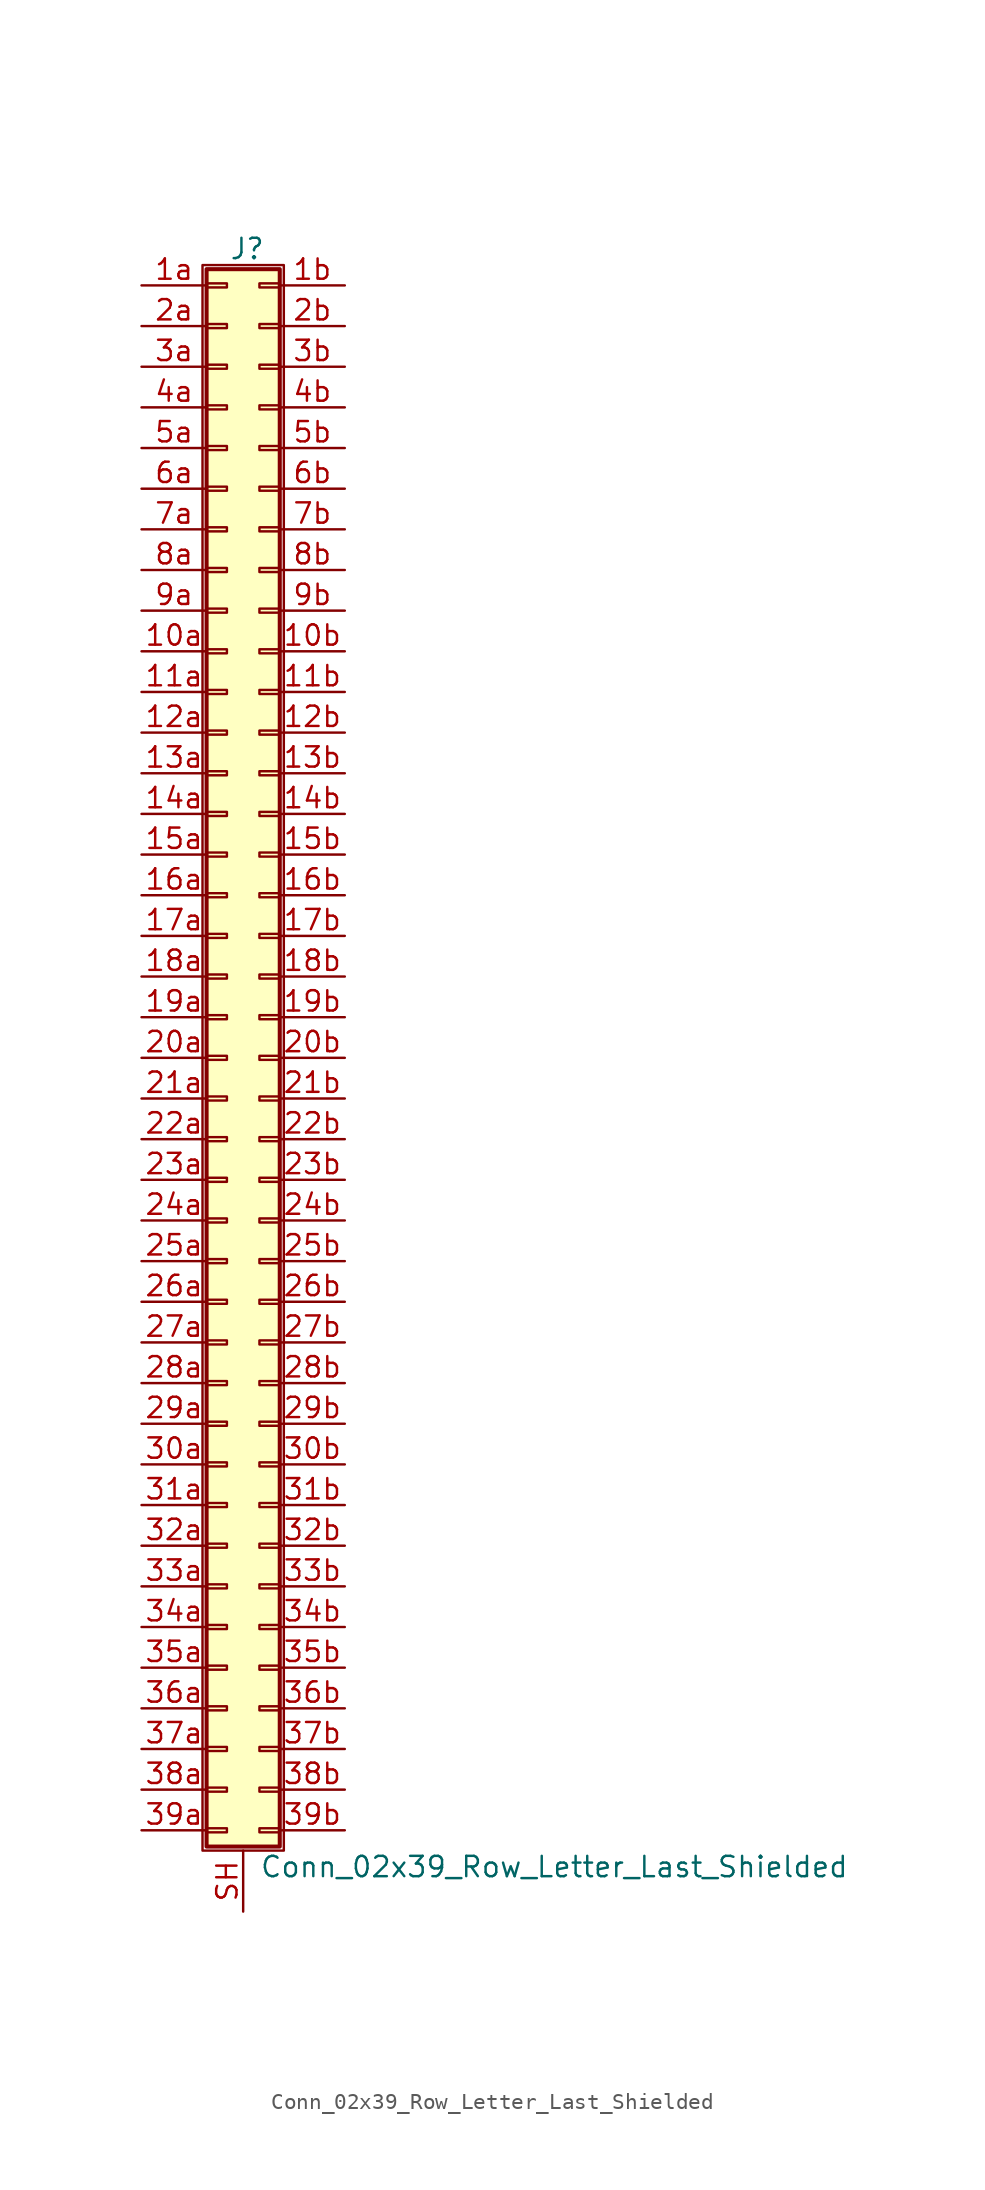
<source format=kicad_sym>
(kicad_symbol_lib
  (version 20201005)
  (generator kicad_symbol_editor)
  (symbol "Connector_Generic_Shielded:Conn_02x39_Row_Letter_Last_Shielded"
    (pin_names
      (offset 1.016) hide)
    (property "Reference" "J"
      (at 1.524 50.546 0)
      (effects (font (size 1.27 1.27))))
    (property "Value" "Conn_02x39_Row_Letter_Last_Shielded"
      (at 2.286 -50.546 0)
      (effects (font (size 1.27 1.27)) (justify left)))
    (symbol "Conn_02x39_Row_Letter_Last_Shielded_1_1"
      (rectangle (start -1.016 -27.813) (end 0.254 -28.067) (stroke (width 0.152)) (fill (type none)))
      (rectangle (start -1.016 -30.353) (end 0.254 -30.607) (stroke (width 0.152)) (fill (type none)))
      (rectangle (start -1.016 -32.893) (end 0.254 -33.147) (stroke (width 0.152)) (fill (type none)))
      (rectangle (start -1.016 -35.433) (end 0.254 -35.687) (stroke (width 0.152)) (fill (type none)))
      (rectangle (start -1.016 -37.973) (end 0.254 -38.227) (stroke (width 0.152)) (fill (type none)))
      (rectangle (start -1.016 -40.513) (end 0.254 -40.767) (stroke (width 0.152)) (fill (type none)))
      (rectangle (start -1.016 -43.053) (end 0.254 -43.307) (stroke (width 0.152)) (fill (type none)))
      (rectangle (start -1.016 -45.593) (end 0.254 -45.847) (stroke (width 0.152)) (fill (type none)))
      (rectangle (start -1.016 -48.133) (end 0.254 -48.387) (stroke (width 0.152)) (fill (type none)))
      (rectangle (start -1.016 -4.953) (end 0.254 -5.207) (stroke (width 0.152)) (fill (type none)))
      (rectangle (start -1.016 -7.493) (end 0.254 -7.747) (stroke (width 0.152)) (fill (type none)))
      (rectangle (start -1.016 -10.033) (end 0.254 -10.287) (stroke (width 0.152)) (fill (type none)))
      (rectangle (start -1.016 -12.573) (end 0.254 -12.827) (stroke (width 0.152)) (fill (type none)))
      (rectangle (start -1.016 -15.113) (end 0.254 -15.367) (stroke (width 0.152)) (fill (type none)))
      (rectangle (start -1.016 -17.653) (end 0.254 -17.907) (stroke (width 0.152)) (fill (type none)))
      (rectangle (start -1.016 -20.193) (end 0.254 -20.447) (stroke (width 0.152)) (fill (type none)))
      (rectangle (start -1.016 -22.733) (end 0.254 -22.987) (stroke (width 0.152)) (fill (type none)))
      (rectangle (start -1.016 -2.413) (end 0.254 -2.667) (stroke (width 0.152)) (fill (type none)))
      (rectangle (start -1.016 -25.273) (end 0.254 -25.527) (stroke (width 0.152)) (fill (type none)))
      (rectangle (start -1.016 25.527) (end 0.254 25.273) (stroke (width 0.152)) (fill (type none)))
      (rectangle (start -1.016 2.667) (end 0.254 2.413) (stroke (width 0.152)) (fill (type none)))
      (rectangle (start -1.016 28.067) (end 0.254 27.813) (stroke (width 0.152)) (fill (type none)))
      (rectangle (start -1.016 30.607) (end 0.254 30.353) (stroke (width 0.152)) (fill (type none)))
      (rectangle (start -1.016 33.147) (end 0.254 32.893) (stroke (width 0.152)) (fill (type none)))
      (rectangle (start -1.016 35.687) (end 0.254 35.433) (stroke (width 0.152)) (fill (type none)))
      (rectangle (start -1.016 38.227) (end 0.254 37.973) (stroke (width 0.152)) (fill (type none)))
      (rectangle (start -1.016 40.767) (end 0.254 40.513) (stroke (width 0.152)) (fill (type none)))
      (rectangle (start -1.016 43.307) (end 0.254 43.053) (stroke (width 0.152)) (fill (type none)))
      (rectangle (start -1.016 45.847) (end 0.254 45.593) (stroke (width 0.152)) (fill (type none)))
      (rectangle (start -1.016 48.387) (end 0.254 48.133) (stroke (width 0.152)) (fill (type none)))
      (rectangle (start -1.016 49.276) (end 3.556 -49.276) (stroke (width 0.254)) (fill (type background)))
      (rectangle (start -1.016 5.207) (end 0.254 4.953) (stroke (width 0.152)) (fill (type none)))
      (rectangle (start -1.016 7.747) (end 0.254 7.493) (stroke (width 0.152)) (fill (type none)))
      (rectangle (start -1.016 10.287) (end 0.254 10.033) (stroke (width 0.152)) (fill (type none)))
      (rectangle (start -1.016 0.127) (end 0.254 -0.127) (stroke (width 0.152)) (fill (type none)))
      (rectangle (start -1.016 12.827) (end 0.254 12.573) (stroke (width 0.152)) (fill (type none)))
      (rectangle (start -1.016 15.367) (end 0.254 15.113) (stroke (width 0.152)) (fill (type none)))
      (rectangle (start -1.016 17.907) (end 0.254 17.653) (stroke (width 0.152)) (fill (type none)))
      (rectangle (start -1.016 20.447) (end 0.254 20.193) (stroke (width 0.152)) (fill (type none)))
      (rectangle (start -1.016 22.987) (end 0.254 22.733) (stroke (width 0.152)) (fill (type none)))
      (rectangle (start -1.27 49.53) (end 3.81 -49.53) (stroke (width 0.152)) (fill (type none)))
      (rectangle (start 3.556 -27.813) (end 2.286 -28.067) (stroke (width 0.152)) (fill (type none)))
      (rectangle (start 3.556 -30.353) (end 2.286 -30.607) (stroke (width 0.152)) (fill (type none)))
      (rectangle (start 3.556 -32.893) (end 2.286 -33.147) (stroke (width 0.152)) (fill (type none)))
      (rectangle (start 3.556 -35.433) (end 2.286 -35.687) (stroke (width 0.152)) (fill (type none)))
      (rectangle (start 3.556 -37.973) (end 2.286 -38.227) (stroke (width 0.152)) (fill (type none)))
      (rectangle (start 3.556 -40.513) (end 2.286 -40.767) (stroke (width 0.152)) (fill (type none)))
      (rectangle (start 3.556 -43.053) (end 2.286 -43.307) (stroke (width 0.152)) (fill (type none)))
      (rectangle (start 3.556 -45.593) (end 2.286 -45.847) (stroke (width 0.152)) (fill (type none)))
      (rectangle (start 3.556 -48.133) (end 2.286 -48.387) (stroke (width 0.152)) (fill (type none)))
      (rectangle (start 3.556 -4.953) (end 2.286 -5.207) (stroke (width 0.152)) (fill (type none)))
      (rectangle (start 3.556 -7.493) (end 2.286 -7.747) (stroke (width 0.152)) (fill (type none)))
      (rectangle (start 3.556 -10.033) (end 2.286 -10.287) (stroke (width 0.152)) (fill (type none)))
      (rectangle (start 3.556 -12.573) (end 2.286 -12.827) (stroke (width 0.152)) (fill (type none)))
      (rectangle (start 3.556 -15.113) (end 2.286 -15.367) (stroke (width 0.152)) (fill (type none)))
      (rectangle (start 3.556 -17.653) (end 2.286 -17.907) (stroke (width 0.152)) (fill (type none)))
      (rectangle (start 3.556 -20.193) (end 2.286 -20.447) (stroke (width 0.152)) (fill (type none)))
      (rectangle (start 3.556 -22.733) (end 2.286 -22.987) (stroke (width 0.152)) (fill (type none)))
      (rectangle (start 3.556 -2.413) (end 2.286 -2.667) (stroke (width 0.152)) (fill (type none)))
      (rectangle (start 3.556 -25.273) (end 2.286 -25.527) (stroke (width 0.152)) (fill (type none)))
      (rectangle (start 3.556 25.527) (end 2.286 25.273) (stroke (width 0.152)) (fill (type none)))
      (rectangle (start 3.556 2.667) (end 2.286 2.413) (stroke (width 0.152)) (fill (type none)))
      (rectangle (start 3.556 28.067) (end 2.286 27.813) (stroke (width 0.152)) (fill (type none)))
      (rectangle (start 3.556 30.607) (end 2.286 30.353) (stroke (width 0.152)) (fill (type none)))
      (rectangle (start 3.556 33.147) (end 2.286 32.893) (stroke (width 0.152)) (fill (type none)))
      (rectangle (start 3.556 35.687) (end 2.286 35.433) (stroke (width 0.152)) (fill (type none)))
      (rectangle (start 3.556 38.227) (end 2.286 37.973) (stroke (width 0.152)) (fill (type none)))
      (rectangle (start 3.556 40.767) (end 2.286 40.513) (stroke (width 0.152)) (fill (type none)))
      (rectangle (start 3.556 43.307) (end 2.286 43.053) (stroke (width 0.152)) (fill (type none)))
      (rectangle (start 3.556 45.847) (end 2.286 45.593) (stroke (width 0.152)) (fill (type none)))
      (rectangle (start 3.556 48.387) (end 2.286 48.133) (stroke (width 0.152)) (fill (type none)))
      (rectangle (start 3.556 5.207) (end 2.286 4.953) (stroke (width 0.152)) (fill (type none)))
      (rectangle (start 3.556 7.747) (end 2.286 7.493) (stroke (width 0.152)) (fill (type none)))
      (rectangle (start 3.556 10.287) (end 2.286 10.033) (stroke (width 0.152)) (fill (type none)))
      (rectangle (start 3.556 0.127) (end 2.286 -0.127) (stroke (width 0.152)) (fill (type none)))
      (rectangle (start 3.556 12.827) (end 2.286 12.573) (stroke (width 0.152)) (fill (type none)))
      (rectangle (start 3.556 15.367) (end 2.286 15.113) (stroke (width 0.152)) (fill (type none)))
      (rectangle (start 3.556 17.907) (end 2.286 17.653) (stroke (width 0.152)) (fill (type none)))
      (rectangle (start 3.556 20.447) (end 2.286 20.193) (stroke (width 0.152)) (fill (type none)))
      (rectangle (start 3.556 22.987) (end 2.286 22.733) (stroke (width 0.152)) (fill (type none)))
      (pin passive line (at -5.08 25.4 0) (length 4.064) (name "Pin_10a" (effects (font (size 1.27 1.27)))) (number "10a" (effects (font (size 1.27 1.27)))))
      (pin passive line (at 7.62 25.4 180) (length 4.064) (name "Pin_10b" (effects (font (size 1.27 1.27)))) (number "10b" (effects (font (size 1.27 1.27)))))
      (pin passive line (at -5.08 22.86 0) (length 4.064) (name "Pin_11a" (effects (font (size 1.27 1.27)))) (number "11a" (effects (font (size 1.27 1.27)))))
      (pin passive line (at 7.62 22.86 180) (length 4.064) (name "Pin_11b" (effects (font (size 1.27 1.27)))) (number "11b" (effects (font (size 1.27 1.27)))))
      (pin passive line (at -5.08 20.32 0) (length 4.064) (name "Pin_12a" (effects (font (size 1.27 1.27)))) (number "12a" (effects (font (size 1.27 1.27)))))
      (pin passive line (at 7.62 20.32 180) (length 4.064) (name "Pin_12b" (effects (font (size 1.27 1.27)))) (number "12b" (effects (font (size 1.27 1.27)))))
      (pin passive line (at -5.08 17.78 0) (length 4.064) (name "Pin_13a" (effects (font (size 1.27 1.27)))) (number "13a" (effects (font (size 1.27 1.27)))))
      (pin passive line (at 7.62 17.78 180) (length 4.064) (name "Pin_13b" (effects (font (size 1.27 1.27)))) (number "13b" (effects (font (size 1.27 1.27)))))
      (pin passive line (at -5.08 15.24 0) (length 4.064) (name "Pin_14a" (effects (font (size 1.27 1.27)))) (number "14a" (effects (font (size 1.27 1.27)))))
      (pin passive line (at 7.62 15.24 180) (length 4.064) (name "Pin_14b" (effects (font (size 1.27 1.27)))) (number "14b" (effects (font (size 1.27 1.27)))))
      (pin passive line (at -5.08 12.7 0) (length 4.064) (name "Pin_15a" (effects (font (size 1.27 1.27)))) (number "15a" (effects (font (size 1.27 1.27)))))
      (pin passive line (at 7.62 12.7 180) (length 4.064) (name "Pin_15b" (effects (font (size 1.27 1.27)))) (number "15b" (effects (font (size 1.27 1.27)))))
      (pin passive line (at -5.08 10.16 0) (length 4.064) (name "Pin_16a" (effects (font (size 1.27 1.27)))) (number "16a" (effects (font (size 1.27 1.27)))))
      (pin passive line (at 7.62 10.16 180) (length 4.064) (name "Pin_16b" (effects (font (size 1.27 1.27)))) (number "16b" (effects (font (size 1.27 1.27)))))
      (pin passive line (at -5.08 7.62 0) (length 4.064) (name "Pin_17a" (effects (font (size 1.27 1.27)))) (number "17a" (effects (font (size 1.27 1.27)))))
      (pin passive line (at 7.62 7.62 180) (length 4.064) (name "Pin_17b" (effects (font (size 1.27 1.27)))) (number "17b" (effects (font (size 1.27 1.27)))))
      (pin passive line (at -5.08 5.08 0) (length 4.064) (name "Pin_18a" (effects (font (size 1.27 1.27)))) (number "18a" (effects (font (size 1.27 1.27)))))
      (pin passive line (at 7.62 5.08 180) (length 4.064) (name "Pin_18b" (effects (font (size 1.27 1.27)))) (number "18b" (effects (font (size 1.27 1.27)))))
      (pin passive line (at -5.08 2.54 0) (length 4.064) (name "Pin_19a" (effects (font (size 1.27 1.27)))) (number "19a" (effects (font (size 1.27 1.27)))))
      (pin passive line (at 7.62 2.54 180) (length 4.064) (name "Pin_19b" (effects (font (size 1.27 1.27)))) (number "19b" (effects (font (size 1.27 1.27)))))
      (pin passive line (at -5.08 48.26 0) (length 4.064) (name "Pin_1a" (effects (font (size 1.27 1.27)))) (number "1a" (effects (font (size 1.27 1.27)))))
      (pin passive line (at 7.62 48.26 180) (length 4.064) (name "Pin_1b" (effects (font (size 1.27 1.27)))) (number "1b" (effects (font (size 1.27 1.27)))))
      (pin passive line (at -5.08 0 0) (length 4.064) (name "Pin_20a" (effects (font (size 1.27 1.27)))) (number "20a" (effects (font (size 1.27 1.27)))))
      (pin passive line (at 7.62 0 180) (length 4.064) (name "Pin_20b" (effects (font (size 1.27 1.27)))) (number "20b" (effects (font (size 1.27 1.27)))))
      (pin passive line (at -5.08 -2.54 0) (length 4.064) (name "Pin_21a" (effects (font (size 1.27 1.27)))) (number "21a" (effects (font (size 1.27 1.27)))))
      (pin passive line (at 7.62 -2.54 180) (length 4.064) (name "Pin_21b" (effects (font (size 1.27 1.27)))) (number "21b" (effects (font (size 1.27 1.27)))))
      (pin passive line (at -5.08 -5.08 0) (length 4.064) (name "Pin_22a" (effects (font (size 1.27 1.27)))) (number "22a" (effects (font (size 1.27 1.27)))))
      (pin passive line (at 7.62 -5.08 180) (length 4.064) (name "Pin_22b" (effects (font (size 1.27 1.27)))) (number "22b" (effects (font (size 1.27 1.27)))))
      (pin passive line (at -5.08 -7.62 0) (length 4.064) (name "Pin_23a" (effects (font (size 1.27 1.27)))) (number "23a" (effects (font (size 1.27 1.27)))))
      (pin passive line (at 7.62 -7.62 180) (length 4.064) (name "Pin_23b" (effects (font (size 1.27 1.27)))) (number "23b" (effects (font (size 1.27 1.27)))))
      (pin passive line (at -5.08 -10.16 0) (length 4.064) (name "Pin_24a" (effects (font (size 1.27 1.27)))) (number "24a" (effects (font (size 1.27 1.27)))))
      (pin passive line (at 7.62 -10.16 180) (length 4.064) (name "Pin_24b" (effects (font (size 1.27 1.27)))) (number "24b" (effects (font (size 1.27 1.27)))))
      (pin passive line (at -5.08 -12.7 0) (length 4.064) (name "Pin_25a" (effects (font (size 1.27 1.27)))) (number "25a" (effects (font (size 1.27 1.27)))))
      (pin passive line (at 7.62 -12.7 180) (length 4.064) (name "Pin_25b" (effects (font (size 1.27 1.27)))) (number "25b" (effects (font (size 1.27 1.27)))))
      (pin passive line (at -5.08 -15.24 0) (length 4.064) (name "Pin_26a" (effects (font (size 1.27 1.27)))) (number "26a" (effects (font (size 1.27 1.27)))))
      (pin passive line (at 7.62 -15.24 180) (length 4.064) (name "Pin_26b" (effects (font (size 1.27 1.27)))) (number "26b" (effects (font (size 1.27 1.27)))))
      (pin passive line (at -5.08 -17.78 0) (length 4.064) (name "Pin_27a" (effects (font (size 1.27 1.27)))) (number "27a" (effects (font (size 1.27 1.27)))))
      (pin passive line (at 7.62 -17.78 180) (length 4.064) (name "Pin_27b" (effects (font (size 1.27 1.27)))) (number "27b" (effects (font (size 1.27 1.27)))))
      (pin passive line (at -5.08 -20.32 0) (length 4.064) (name "Pin_28a" (effects (font (size 1.27 1.27)))) (number "28a" (effects (font (size 1.27 1.27)))))
      (pin passive line (at 7.62 -20.32 180) (length 4.064) (name "Pin_28b" (effects (font (size 1.27 1.27)))) (number "28b" (effects (font (size 1.27 1.27)))))
      (pin passive line (at -5.08 -22.86 0) (length 4.064) (name "Pin_29a" (effects (font (size 1.27 1.27)))) (number "29a" (effects (font (size 1.27 1.27)))))
      (pin passive line (at 7.62 -22.86 180) (length 4.064) (name "Pin_29b" (effects (font (size 1.27 1.27)))) (number "29b" (effects (font (size 1.27 1.27)))))
      (pin passive line (at -5.08 45.72 0) (length 4.064) (name "Pin_2a" (effects (font (size 1.27 1.27)))) (number "2a" (effects (font (size 1.27 1.27)))))
      (pin passive line (at 7.62 45.72 180) (length 4.064) (name "Pin_2b" (effects (font (size 1.27 1.27)))) (number "2b" (effects (font (size 1.27 1.27)))))
      (pin passive line (at -5.08 -25.4 0) (length 4.064) (name "Pin_30a" (effects (font (size 1.27 1.27)))) (number "30a" (effects (font (size 1.27 1.27)))))
      (pin passive line (at 7.62 -25.4 180) (length 4.064) (name "Pin_30b" (effects (font (size 1.27 1.27)))) (number "30b" (effects (font (size 1.27 1.27)))))
      (pin passive line (at -5.08 -27.94 0) (length 4.064) (name "Pin_31a" (effects (font (size 1.27 1.27)))) (number "31a" (effects (font (size 1.27 1.27)))))
      (pin passive line (at 7.62 -27.94 180) (length 4.064) (name "Pin_31b" (effects (font (size 1.27 1.27)))) (number "31b" (effects (font (size 1.27 1.27)))))
      (pin passive line (at -5.08 -30.48 0) (length 4.064) (name "Pin_32a" (effects (font (size 1.27 1.27)))) (number "32a" (effects (font (size 1.27 1.27)))))
      (pin passive line (at 7.62 -30.48 180) (length 4.064) (name "Pin_32b" (effects (font (size 1.27 1.27)))) (number "32b" (effects (font (size 1.27 1.27)))))
      (pin passive line (at -5.08 -33.02 0) (length 4.064) (name "Pin_33a" (effects (font (size 1.27 1.27)))) (number "33a" (effects (font (size 1.27 1.27)))))
      (pin passive line (at 7.62 -33.02 180) (length 4.064) (name "Pin_33b" (effects (font (size 1.27 1.27)))) (number "33b" (effects (font (size 1.27 1.27)))))
      (pin passive line (at -5.08 -35.56 0) (length 4.064) (name "Pin_34a" (effects (font (size 1.27 1.27)))) (number "34a" (effects (font (size 1.27 1.27)))))
      (pin passive line (at 7.62 -35.56 180) (length 4.064) (name "Pin_34b" (effects (font (size 1.27 1.27)))) (number "34b" (effects (font (size 1.27 1.27)))))
      (pin passive line (at -5.08 -38.1 0) (length 4.064) (name "Pin_35a" (effects (font (size 1.27 1.27)))) (number "35a" (effects (font (size 1.27 1.27)))))
      (pin passive line (at 7.62 -38.1 180) (length 4.064) (name "Pin_35b" (effects (font (size 1.27 1.27)))) (number "35b" (effects (font (size 1.27 1.27)))))
      (pin passive line (at -5.08 -40.64 0) (length 4.064) (name "Pin_36a" (effects (font (size 1.27 1.27)))) (number "36a" (effects (font (size 1.27 1.27)))))
      (pin passive line (at 7.62 -40.64 180) (length 4.064) (name "Pin_36b" (effects (font (size 1.27 1.27)))) (number "36b" (effects (font (size 1.27 1.27)))))
      (pin passive line (at -5.08 -43.18 0) (length 4.064) (name "Pin_37a" (effects (font (size 1.27 1.27)))) (number "37a" (effects (font (size 1.27 1.27)))))
      (pin passive line (at 7.62 -43.18 180) (length 4.064) (name "Pin_37b" (effects (font (size 1.27 1.27)))) (number "37b" (effects (font (size 1.27 1.27)))))
      (pin passive line (at -5.08 -45.72 0) (length 4.064) (name "Pin_38a" (effects (font (size 1.27 1.27)))) (number "38a" (effects (font (size 1.27 1.27)))))
      (pin passive line (at 7.62 -45.72 180) (length 4.064) (name "Pin_38b" (effects (font (size 1.27 1.27)))) (number "38b" (effects (font (size 1.27 1.27)))))
      (pin passive line (at -5.08 -48.26 0) (length 4.064) (name "Pin_39a" (effects (font (size 1.27 1.27)))) (number "39a" (effects (font (size 1.27 1.27)))))
      (pin passive line (at 7.62 -48.26 180) (length 4.064) (name "Pin_39b" (effects (font (size 1.27 1.27)))) (number "39b" (effects (font (size 1.27 1.27)))))
      (pin passive line (at -5.08 43.18 0) (length 4.064) (name "Pin_3a" (effects (font (size 1.27 1.27)))) (number "3a" (effects (font (size 1.27 1.27)))))
      (pin passive line (at 7.62 43.18 180) (length 4.064) (name "Pin_3b" (effects (font (size 1.27 1.27)))) (number "3b" (effects (font (size 1.27 1.27)))))
      (pin passive line (at -5.08 40.64 0) (length 4.064) (name "Pin_4a" (effects (font (size 1.27 1.27)))) (number "4a" (effects (font (size 1.27 1.27)))))
      (pin passive line (at 7.62 40.64 180) (length 4.064) (name "Pin_4b" (effects (font (size 1.27 1.27)))) (number "4b" (effects (font (size 1.27 1.27)))))
      (pin passive line (at -5.08 38.1 0) (length 4.064) (name "Pin_5a" (effects (font (size 1.27 1.27)))) (number "5a" (effects (font (size 1.27 1.27)))))
      (pin passive line (at 7.62 38.1 180) (length 4.064) (name "Pin_5b" (effects (font (size 1.27 1.27)))) (number "5b" (effects (font (size 1.27 1.27)))))
      (pin passive line (at -5.08 35.56 0) (length 4.064) (name "Pin_6a" (effects (font (size 1.27 1.27)))) (number "6a" (effects (font (size 1.27 1.27)))))
      (pin passive line (at 7.62 35.56 180) (length 4.064) (name "Pin_6b" (effects (font (size 1.27 1.27)))) (number "6b" (effects (font (size 1.27 1.27)))))
      (pin passive line (at -5.08 33.02 0) (length 4.064) (name "Pin_7a" (effects (font (size 1.27 1.27)))) (number "7a" (effects (font (size 1.27 1.27)))))
      (pin passive line (at 7.62 33.02 180) (length 4.064) (name "Pin_7b" (effects (font (size 1.27 1.27)))) (number "7b" (effects (font (size 1.27 1.27)))))
      (pin passive line (at -5.08 30.48 0) (length 4.064) (name "Pin_8a" (effects (font (size 1.27 1.27)))) (number "8a" (effects (font (size 1.27 1.27)))))
      (pin passive line (at 7.62 30.48 180) (length 4.064) (name "Pin_8b" (effects (font (size 1.27 1.27)))) (number "8b" (effects (font (size 1.27 1.27)))))
      (pin passive line (at -5.08 27.94 0) (length 4.064) (name "Pin_9a" (effects (font (size 1.27 1.27)))) (number "9a" (effects (font (size 1.27 1.27)))))
      (pin passive line (at 7.62 27.94 180) (length 4.064) (name "Pin_9b" (effects (font (size 1.27 1.27)))) (number "9b" (effects (font (size 1.27 1.27)))))
      (pin passive line (at 1.27 -53.34 90) (length 3.81) (name "Shield" (effects (font (size 1.27 1.27)))) (number "SH" (effects (font (size 1.27 1.27))))))))
</source>
